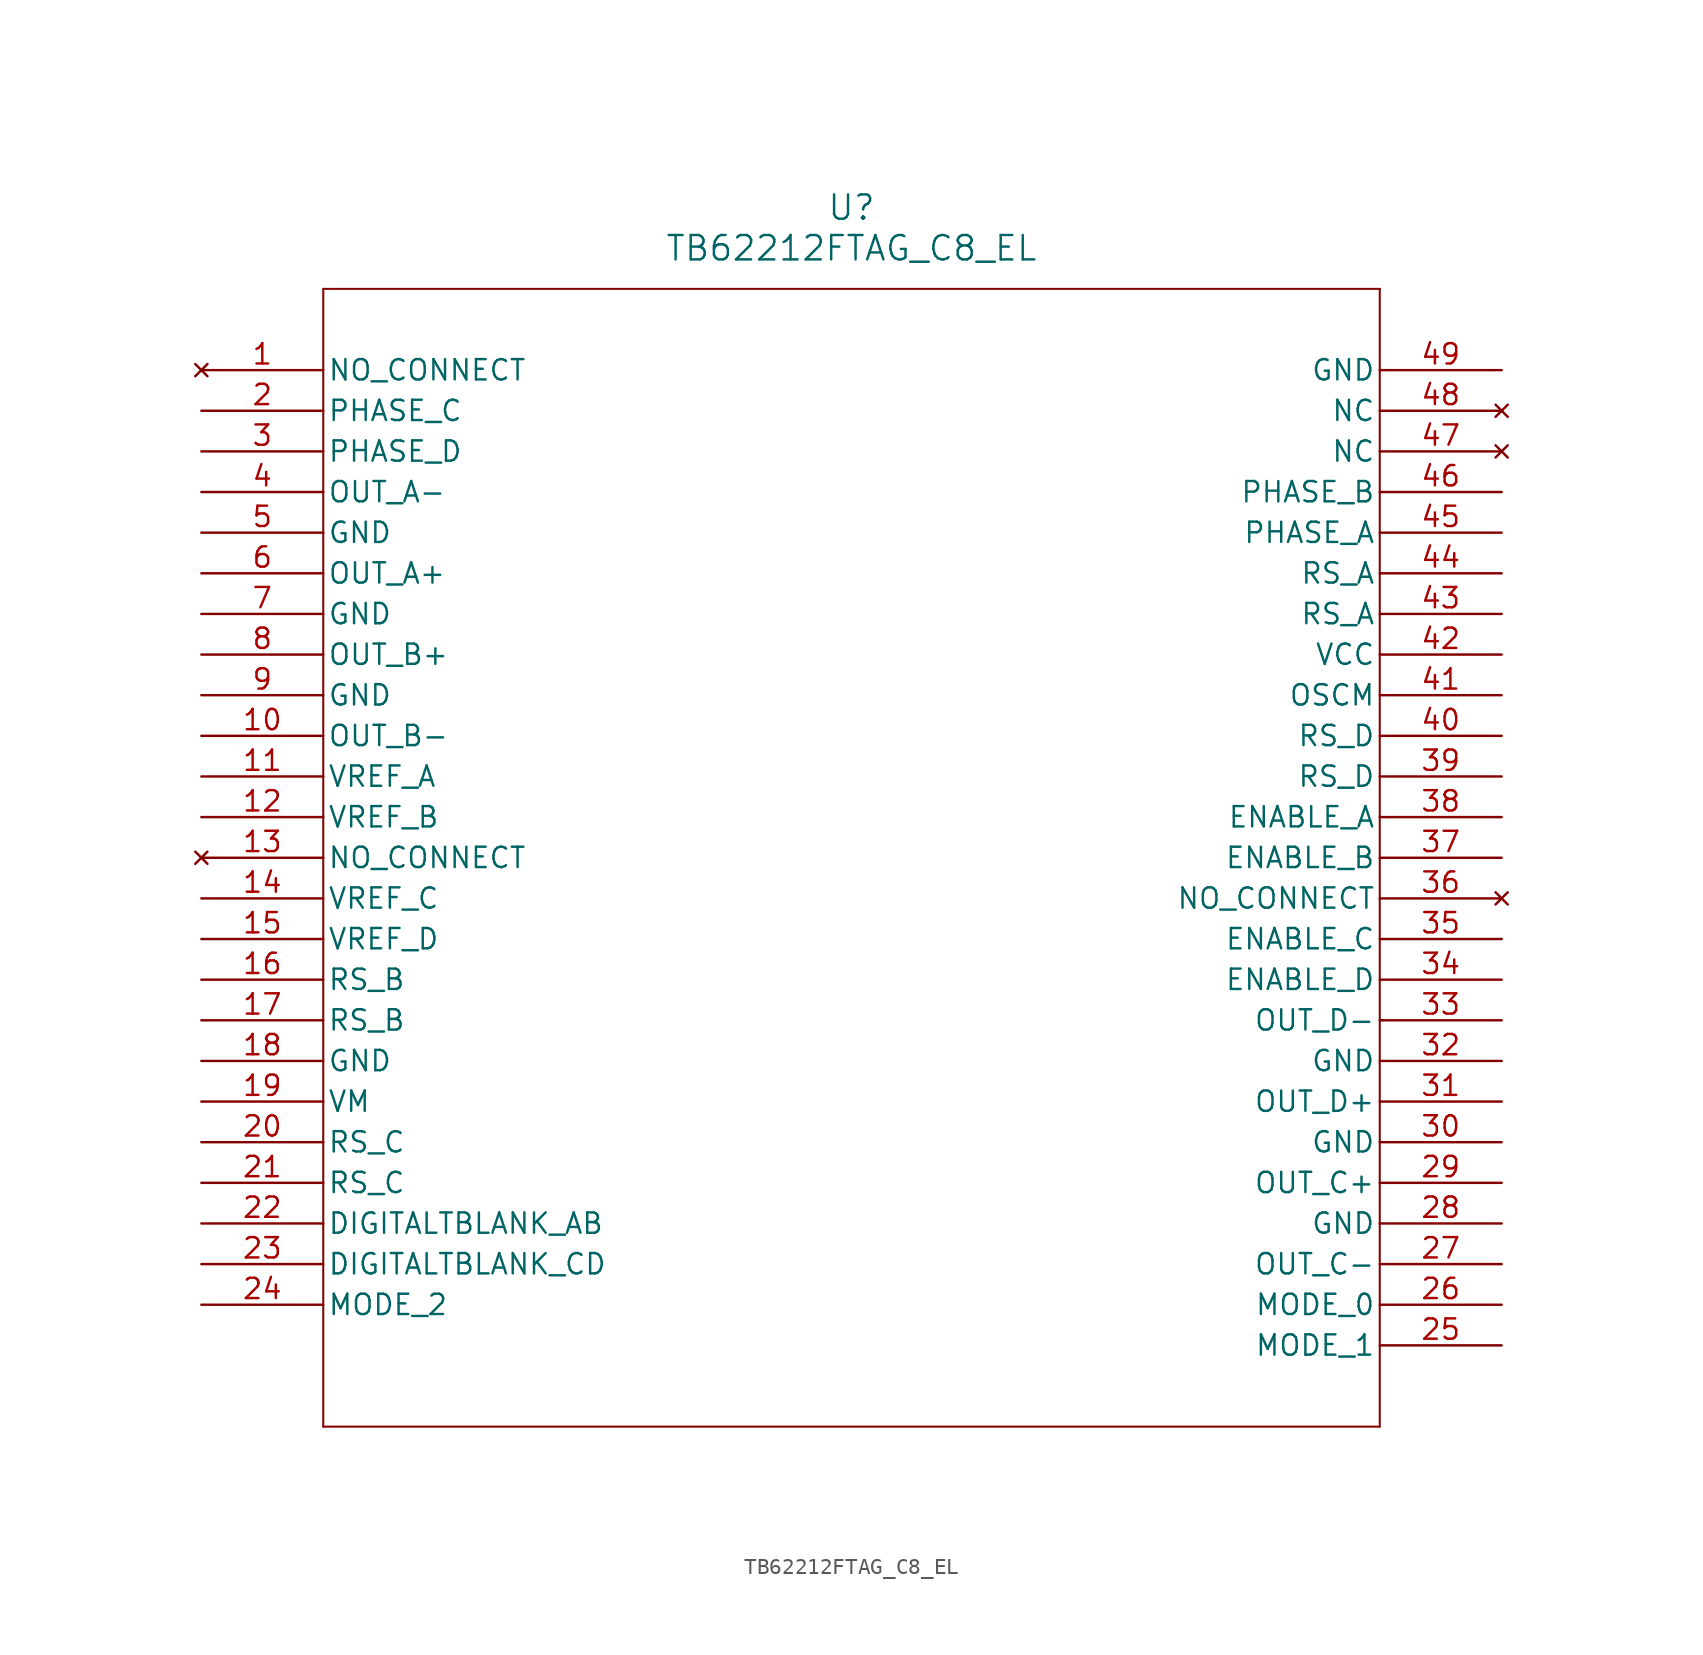
<source format=kicad_sym>
(kicad_symbol_lib
  (version 20220914)
  (generator kicad_symbol_editor)
  (symbol "TB62212FTAG_C8_EL"
    (pin_names
      (offset 0.254))
    (property "Reference" "U"
      (at -7.62 40.64 0)
      (effects (font (size 1.524 1.524))))
    (property "Value" "TB62212FTAG_C8_EL"
      (at -7.62 38.1 0)
      (effects (font (size 1.524 1.524))))
    (property "ki_locked" ""
      (at 0 0 0)
      (effects (font (size 1.27 1.27))))
    (symbol "TB62212FTAG_C8_EL_0_1"
      (polyline (pts (xy -40.64 -35.56) (xy 25.4 -35.56)) (stroke (width 0.127) (type default)) (fill (type none)))
      (polyline (pts (xy -40.64 35.56) (xy -40.64 -35.56)) (stroke (width 0.127) (type default)) (fill (type none)))
      (polyline (pts (xy 25.4 -35.56) (xy 25.4 35.56)) (stroke (width 0.127) (type default)) (fill (type none)))
      (polyline (pts (xy 25.4 35.56) (xy -40.64 35.56)) (stroke (width 0.127) (type default)) (fill (type none)))
      (pin no_connect line (at -48.26 30.48 0) (length 7.62) (name "NO_CONNECT" (effects (font (size 1.27 1.27)))) (number "1" (effects (font (size 1.27 1.27)))))
      (pin output line (at -48.26 7.62 0) (length 7.62) (name "OUT_B-" (effects (font (size 1.27 1.27)))) (number "10" (effects (font (size 1.27 1.27)))))
      (pin power_in line (at -48.26 5.08 0) (length 7.62) (name "VREF_A" (effects (font (size 1.27 1.27)))) (number "11" (effects (font (size 1.27 1.27)))))
      (pin power_in line (at -48.26 2.54 0) (length 7.62) (name "VREF_B" (effects (font (size 1.27 1.27)))) (number "12" (effects (font (size 1.27 1.27)))))
      (pin no_connect line (at -48.26 0 0) (length 7.62) (name "NO_CONNECT" (effects (font (size 1.27 1.27)))) (number "13" (effects (font (size 1.27 1.27)))))
      (pin power_in line (at -48.26 -2.54 0) (length 7.62) (name "VREF_C" (effects (font (size 1.27 1.27)))) (number "14" (effects (font (size 1.27 1.27)))))
      (pin power_in line (at -48.26 -5.08 0) (length 7.62) (name "VREF_D" (effects (font (size 1.27 1.27)))) (number "15" (effects (font (size 1.27 1.27)))))
      (pin unspecified line (at -48.26 -7.62 0) (length 7.62) (name "RS_B" (effects (font (size 1.27 1.27)))) (number "16" (effects (font (size 1.27 1.27)))))
      (pin unspecified line (at -48.26 -10.16 0) (length 7.62) (name "RS_B" (effects (font (size 1.27 1.27)))) (number "17" (effects (font (size 1.27 1.27)))))
      (pin power_out line (at -48.26 -12.7 0) (length 7.62) (name "GND" (effects (font (size 1.27 1.27)))) (number "18" (effects (font (size 1.27 1.27)))))
      (pin unspecified line (at -48.26 -15.24 0) (length 7.62) (name "VM" (effects (font (size 1.27 1.27)))) (number "19" (effects (font (size 1.27 1.27)))))
      (pin unspecified line (at -48.26 27.94 0) (length 7.62) (name "PHASE_C" (effects (font (size 1.27 1.27)))) (number "2" (effects (font (size 1.27 1.27)))))
      (pin unspecified line (at -48.26 -17.78 0) (length 7.62) (name "RS_C" (effects (font (size 1.27 1.27)))) (number "20" (effects (font (size 1.27 1.27)))))
      (pin unspecified line (at -48.26 -20.32 0) (length 7.62) (name "RS_C" (effects (font (size 1.27 1.27)))) (number "21" (effects (font (size 1.27 1.27)))))
      (pin unspecified line (at -48.26 -22.86 0) (length 7.62) (name "DIGITALTBLANK_AB" (effects (font (size 1.27 1.27)))) (number "22" (effects (font (size 1.27 1.27)))))
      (pin unspecified line (at -48.26 -25.4 0) (length 7.62) (name "DIGITALTBLANK_CD" (effects (font (size 1.27 1.27)))) (number "23" (effects (font (size 1.27 1.27)))))
      (pin bidirectional line (at -48.26 -27.94 0) (length 7.62) (name "MODE_2" (effects (font (size 1.27 1.27)))) (number "24" (effects (font (size 1.27 1.27)))))
      (pin bidirectional line (at 33.02 -30.48 180) (length 7.62) (name "MODE_1" (effects (font (size 1.27 1.27)))) (number "25" (effects (font (size 1.27 1.27)))))
      (pin bidirectional line (at 33.02 -27.94 180) (length 7.62) (name "MODE_0" (effects (font (size 1.27 1.27)))) (number "26" (effects (font (size 1.27 1.27)))))
      (pin output line (at 33.02 -25.4 180) (length 7.62) (name "OUT_C-" (effects (font (size 1.27 1.27)))) (number "27" (effects (font (size 1.27 1.27)))))
      (pin power_out line (at 33.02 -22.86 180) (length 7.62) (name "GND" (effects (font (size 1.27 1.27)))) (number "28" (effects (font (size 1.27 1.27)))))
      (pin output line (at 33.02 -20.32 180) (length 7.62) (name "OUT_C+" (effects (font (size 1.27 1.27)))) (number "29" (effects (font (size 1.27 1.27)))))
      (pin unspecified line (at -48.26 25.4 0) (length 7.62) (name "PHASE_D" (effects (font (size 1.27 1.27)))) (number "3" (effects (font (size 1.27 1.27)))))
      (pin power_out line (at 33.02 -17.78 180) (length 7.62) (name "GND" (effects (font (size 1.27 1.27)))) (number "30" (effects (font (size 1.27 1.27)))))
      (pin output line (at 33.02 -15.24 180) (length 7.62) (name "OUT_D+" (effects (font (size 1.27 1.27)))) (number "31" (effects (font (size 1.27 1.27)))))
      (pin power_out line (at 33.02 -12.7 180) (length 7.62) (name "GND" (effects (font (size 1.27 1.27)))) (number "32" (effects (font (size 1.27 1.27)))))
      (pin output line (at 33.02 -10.16 180) (length 7.62) (name "OUT_D-" (effects (font (size 1.27 1.27)))) (number "33" (effects (font (size 1.27 1.27)))))
      (pin unspecified line (at 33.02 -7.62 180) (length 7.62) (name "ENABLE_D" (effects (font (size 1.27 1.27)))) (number "34" (effects (font (size 1.27 1.27)))))
      (pin unspecified line (at 33.02 -5.08 180) (length 7.62) (name "ENABLE_C" (effects (font (size 1.27 1.27)))) (number "35" (effects (font (size 1.27 1.27)))))
      (pin no_connect line (at 33.02 -2.54 180) (length 7.62) (name "NO_CONNECT" (effects (font (size 1.27 1.27)))) (number "36" (effects (font (size 1.27 1.27)))))
      (pin unspecified line (at 33.02 0 180) (length 7.62) (name "ENABLE_B" (effects (font (size 1.27 1.27)))) (number "37" (effects (font (size 1.27 1.27)))))
      (pin unspecified line (at 33.02 2.54 180) (length 7.62) (name "ENABLE_A" (effects (font (size 1.27 1.27)))) (number "38" (effects (font (size 1.27 1.27)))))
      (pin unspecified line (at 33.02 5.08 180) (length 7.62) (name "RS_D" (effects (font (size 1.27 1.27)))) (number "39" (effects (font (size 1.27 1.27)))))
      (pin output line (at -48.26 22.86 0) (length 7.62) (name "OUT_A-" (effects (font (size 1.27 1.27)))) (number "4" (effects (font (size 1.27 1.27)))))
      (pin unspecified line (at 33.02 7.62 180) (length 7.62) (name "RS_D" (effects (font (size 1.27 1.27)))) (number "40" (effects (font (size 1.27 1.27)))))
      (pin unspecified line (at 33.02 10.16 180) (length 7.62) (name "OSCM" (effects (font (size 1.27 1.27)))) (number "41" (effects (font (size 1.27 1.27)))))
      (pin power_in line (at 33.02 12.7 180) (length 7.62) (name "VCC" (effects (font (size 1.27 1.27)))) (number "42" (effects (font (size 1.27 1.27)))))
      (pin unspecified line (at 33.02 15.24 180) (length 7.62) (name "RS_A" (effects (font (size 1.27 1.27)))) (number "43" (effects (font (size 1.27 1.27)))))
      (pin unspecified line (at 33.02 17.78 180) (length 7.62) (name "RS_A" (effects (font (size 1.27 1.27)))) (number "44" (effects (font (size 1.27 1.27)))))
      (pin unspecified line (at 33.02 20.32 180) (length 7.62) (name "PHASE_A" (effects (font (size 1.27 1.27)))) (number "45" (effects (font (size 1.27 1.27)))))
      (pin unspecified line (at 33.02 22.86 180) (length 7.62) (name "PHASE_B" (effects (font (size 1.27 1.27)))) (number "46" (effects (font (size 1.27 1.27)))))
      (pin no_connect line (at 33.02 25.4 180) (length 7.62) (name "NC" (effects (font (size 1.27 1.27)))) (number "47" (effects (font (size 1.27 1.27)))))
      (pin no_connect line (at 33.02 27.94 180) (length 7.62) (name "NC" (effects (font (size 1.27 1.27)))) (number "48" (effects (font (size 1.27 1.27)))))
      (pin power_out line (at 33.02 30.48 180) (length 7.62) (name "GND" (effects (font (size 1.27 1.27)))) (number "49" (effects (font (size 1.27 1.27)))))
      (pin power_out line (at -48.26 20.32 0) (length 7.62) (name "GND" (effects (font (size 1.27 1.27)))) (number "5" (effects (font (size 1.27 1.27)))))
      (pin output line (at -48.26 17.78 0) (length 7.62) (name "OUT_A+" (effects (font (size 1.27 1.27)))) (number "6" (effects (font (size 1.27 1.27)))))
      (pin power_out line (at -48.26 15.24 0) (length 7.62) (name "GND" (effects (font (size 1.27 1.27)))) (number "7" (effects (font (size 1.27 1.27)))))
      (pin output line (at -48.26 12.7 0) (length 7.62) (name "OUT_B+" (effects (font (size 1.27 1.27)))) (number "8" (effects (font (size 1.27 1.27)))))
      (pin power_out line (at -48.26 10.16 0) (length 7.62) (name "GND" (effects (font (size 1.27 1.27)))) (number "9" (effects (font (size 1.27 1.27))))))))
</source>
